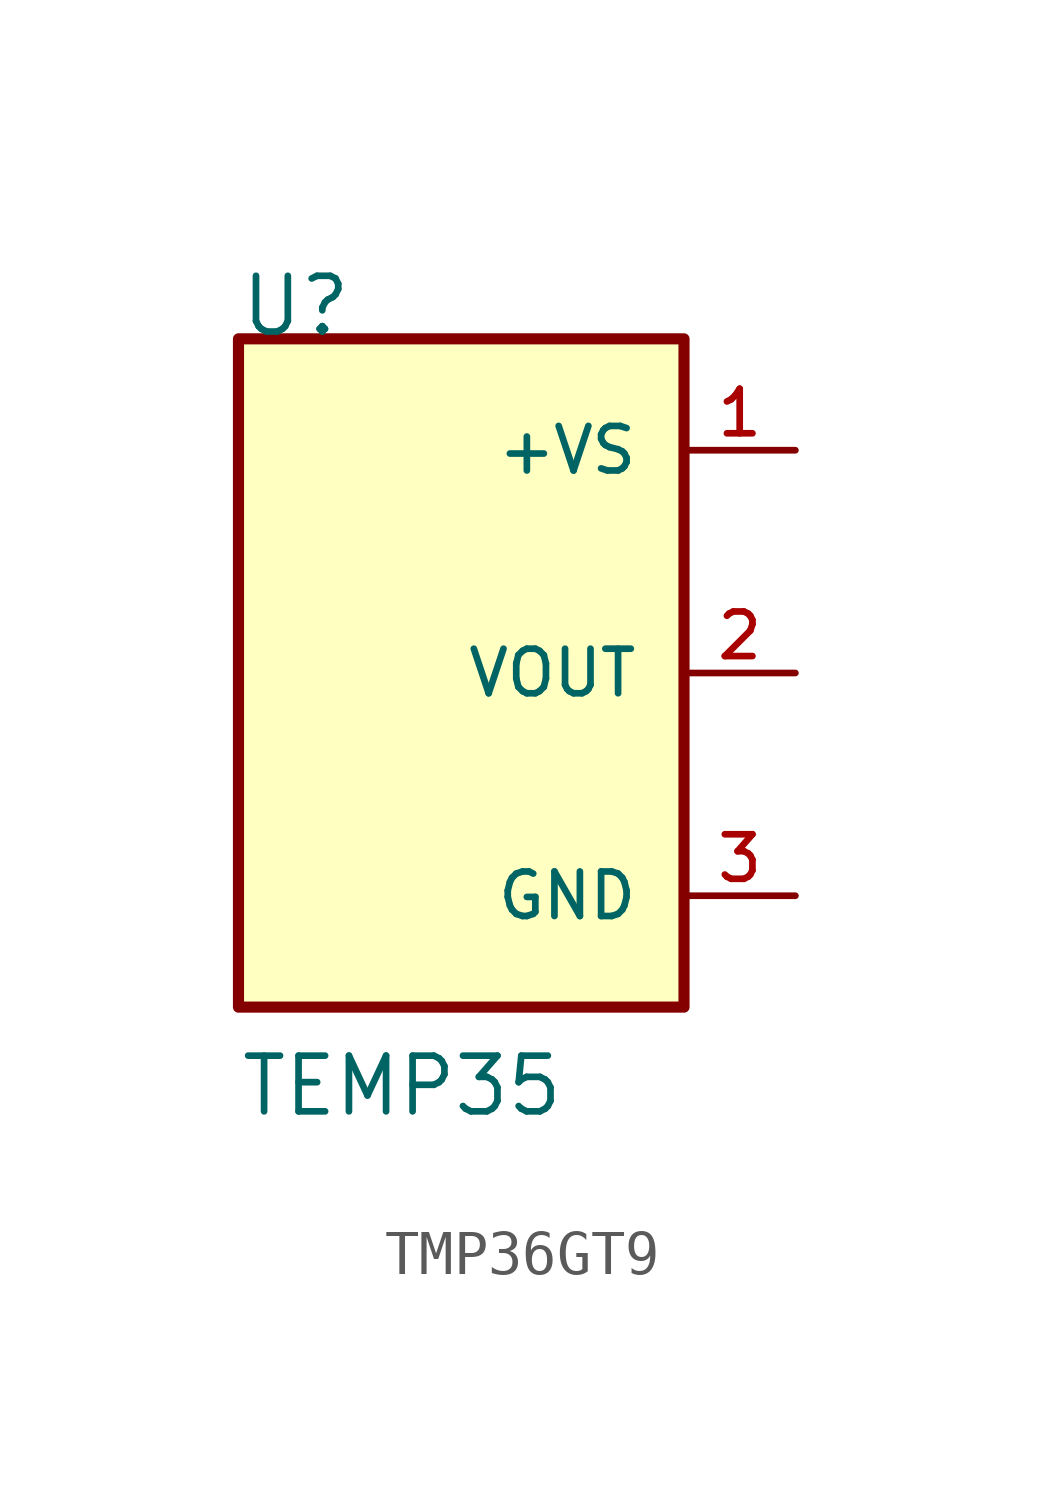
<source format=kicad_sym>
(kicad_symbol_lib
  (version 20231120)
  (generator "kicad_symbol_editor")
  (generator_version "8.0")
  (symbol "TMP36GT9"
    (pin_names
      (offset 1.016))
    (property "Reference" "U"
      (at -5.083 7.624 0)
      (effects (font (size 1.27 1.27)) (justify left bottom)))
    (property "Value" "TEMP35"
      (at -5.08 -10.16 0)
      (effects (font (size 1.27 1.27)) (justify left bottom)))
    (symbol "TMP36GT9_0_0"
      (rectangle (start -5.08 -7.62) (end 5.08 7.62) (stroke (width 0.254) (type default)) (fill (type background)))
      (pin power_in line (at 7.62 5.08 180) (length 2.54) (name "+VS" (effects (font (size 1.016 1.016)))) (number "1" (effects (font (size 1.016 1.016)))))
      (pin output line (at 7.62 0 180) (length 2.54) (name "VOUT" (effects (font (size 1.016 1.016)))) (number "2" (effects (font (size 1.016 1.016)))))
      (pin power_in line (at 7.62 -5.08 180) (length 2.54) (name "GND" (effects (font (size 1.016 1.016)))) (number "3" (effects (font (size 1.016 1.016))))))))
</source>
